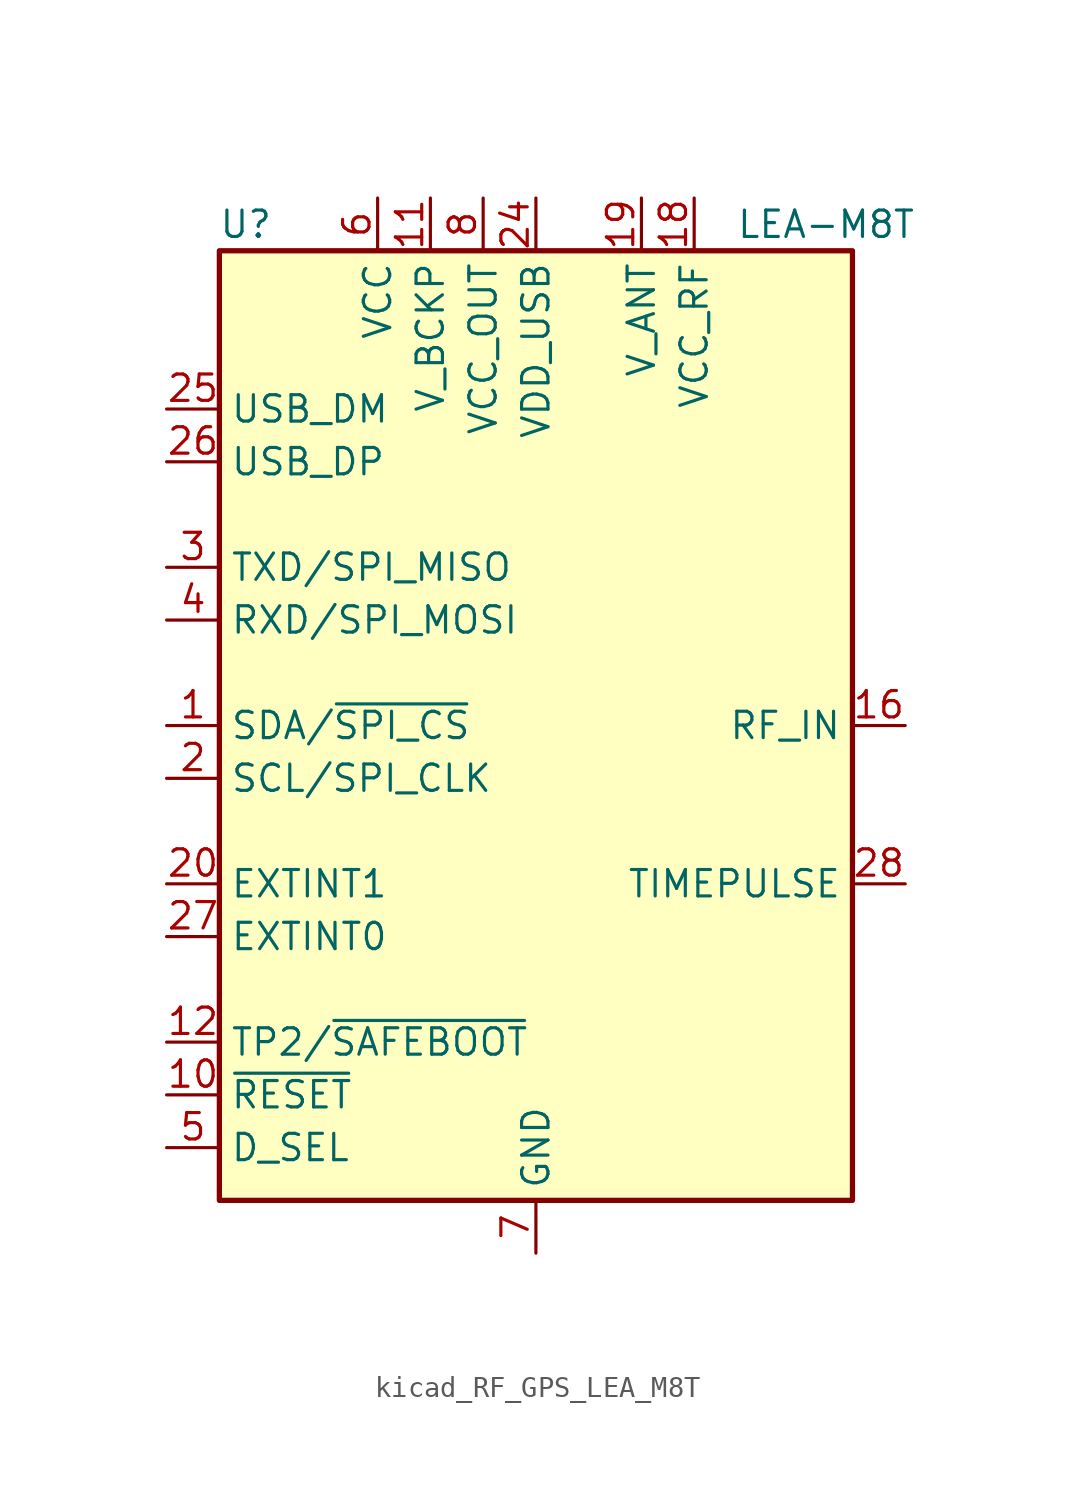
<source format=kicad_sym>
(kicad_symbol_lib
  (version 20220914)
  (generator kicad_symbol_editor)
  (symbol "kicad_RF_GPS_LEA_M8T"
    (property "Reference" "U"
      (at -13.97 24.13 0)
      (effects (font (size 1.27 1.27))))
    (property "Value" "LEA-M8T"
      (at 13.97 24.13 0)
      (effects (font (size 1.27 1.27))))
    (symbol "kicad_RF_GPS_LEA_M8T_0_1"
      (rectangle (start -15.24 22.86) (end 15.24 -22.86) (stroke (width 0.254) (type default)) (fill (type background))))
    (symbol "kicad_RF_GPS_LEA_M8T_1_1"
      (pin bidirectional line (at -17.78 0 0) (length 2.54) (name "SDA/~{SPI_CS}" (effects (font (size 1.27 1.27)))) (number "1" (effects (font (size 1.27 1.27)))))
      (pin input line (at -17.78 -17.78 0) (length 2.54) (name "~{RESET}" (effects (font (size 1.27 1.27)))) (number "10" (effects (font (size 1.27 1.27)))))
      (pin power_in line (at -5.08 25.4 270) (length 2.54) (name "V_BCKP" (effects (font (size 1.27 1.27)))) (number "11" (effects (font (size 1.27 1.27)))))
      (pin bidirectional line (at -17.78 -15.24 0) (length 2.54) (name "TP2/~{SAFEBOOT}" (effects (font (size 1.27 1.27)))) (number "12" (effects (font (size 1.27 1.27)))))
      (pin passive line (at 0 -25.4 90) (length 2.54) hide (name "GND" (effects (font (size 1.27 1.27)))) (number "13" (effects (font (size 1.27 1.27)))))
      (pin passive line (at 0 -25.4 90) (length 2.54) hide (name "GND" (effects (font (size 1.27 1.27)))) (number "14" (effects (font (size 1.27 1.27)))))
      (pin passive line (at 0 -25.4 90) (length 2.54) hide (name "GND" (effects (font (size 1.27 1.27)))) (number "15" (effects (font (size 1.27 1.27)))))
      (pin input line (at 17.78 0 180) (length 2.54) (name "RF_IN" (effects (font (size 1.27 1.27)))) (number "16" (effects (font (size 1.27 1.27)))))
      (pin passive line (at 0 -25.4 90) (length 2.54) hide (name "GND" (effects (font (size 1.27 1.27)))) (number "17" (effects (font (size 1.27 1.27)))))
      (pin power_out line (at 7.62 25.4 270) (length 2.54) (name "VCC_RF" (effects (font (size 1.27 1.27)))) (number "18" (effects (font (size 1.27 1.27)))))
      (pin power_in line (at 5.08 25.4 270) (length 2.54) (name "V_ANT" (effects (font (size 1.27 1.27)))) (number "19" (effects (font (size 1.27 1.27)))))
      (pin input line (at -17.78 -2.54 0) (length 2.54) (name "SCL/SPI_CLK" (effects (font (size 1.27 1.27)))) (number "2" (effects (font (size 1.27 1.27)))))
      (pin input line (at -17.78 -7.62 0) (length 2.54) (name "EXTINT1" (effects (font (size 1.27 1.27)))) (number "20" (effects (font (size 1.27 1.27)))))
      (pin no_connect line (at 15.24 7.62 180) (length 2.54) hide (name "RESERVED" (effects (font (size 1.27 1.27)))) (number "21" (effects (font (size 1.27 1.27)))))
      (pin no_connect line (at 15.24 5.08 180) (length 2.54) hide (name "RESERVED" (effects (font (size 1.27 1.27)))) (number "22" (effects (font (size 1.27 1.27)))))
      (pin no_connect line (at 15.24 2.54 180) (length 2.54) hide (name "RESERVED" (effects (font (size 1.27 1.27)))) (number "23" (effects (font (size 1.27 1.27)))))
      (pin power_in line (at 0 25.4 270) (length 2.54) (name "VDD_USB" (effects (font (size 1.27 1.27)))) (number "24" (effects (font (size 1.27 1.27)))))
      (pin bidirectional line (at -17.78 15.24 0) (length 2.54) (name "USB_DM" (effects (font (size 1.27 1.27)))) (number "25" (effects (font (size 1.27 1.27)))))
      (pin bidirectional line (at -17.78 12.7 0) (length 2.54) (name "USB_DP" (effects (font (size 1.27 1.27)))) (number "26" (effects (font (size 1.27 1.27)))))
      (pin input line (at -17.78 -10.16 0) (length 2.54) (name "EXTINT0" (effects (font (size 1.27 1.27)))) (number "27" (effects (font (size 1.27 1.27)))))
      (pin output line (at 17.78 -7.62 180) (length 2.54) (name "TIMEPULSE" (effects (font (size 1.27 1.27)))) (number "28" (effects (font (size 1.27 1.27)))))
      (pin output line (at -17.78 7.62 0) (length 2.54) (name "TXD/SPI_MISO" (effects (font (size 1.27 1.27)))) (number "3" (effects (font (size 1.27 1.27)))))
      (pin input line (at -17.78 5.08 0) (length 2.54) (name "RXD/SPI_MOSI" (effects (font (size 1.27 1.27)))) (number "4" (effects (font (size 1.27 1.27)))))
      (pin input line (at -17.78 -20.32 0) (length 2.54) (name "D_SEL" (effects (font (size 1.27 1.27)))) (number "5" (effects (font (size 1.27 1.27)))))
      (pin power_in line (at -7.62 25.4 270) (length 2.54) (name "VCC" (effects (font (size 1.27 1.27)))) (number "6" (effects (font (size 1.27 1.27)))))
      (pin power_in line (at 0 -25.4 90) (length 2.54) (name "GND" (effects (font (size 1.27 1.27)))) (number "7" (effects (font (size 1.27 1.27)))))
      (pin power_out line (at -2.54 25.4 270) (length 2.54) (name "VCC_OUT" (effects (font (size 1.27 1.27)))) (number "8" (effects (font (size 1.27 1.27)))))
      (pin no_connect line (at 15.24 10.16 180) (length 2.54) hide (name "RESERVED" (effects (font (size 1.27 1.27)))) (number "9" (effects (font (size 1.27 1.27))))))))
</source>
